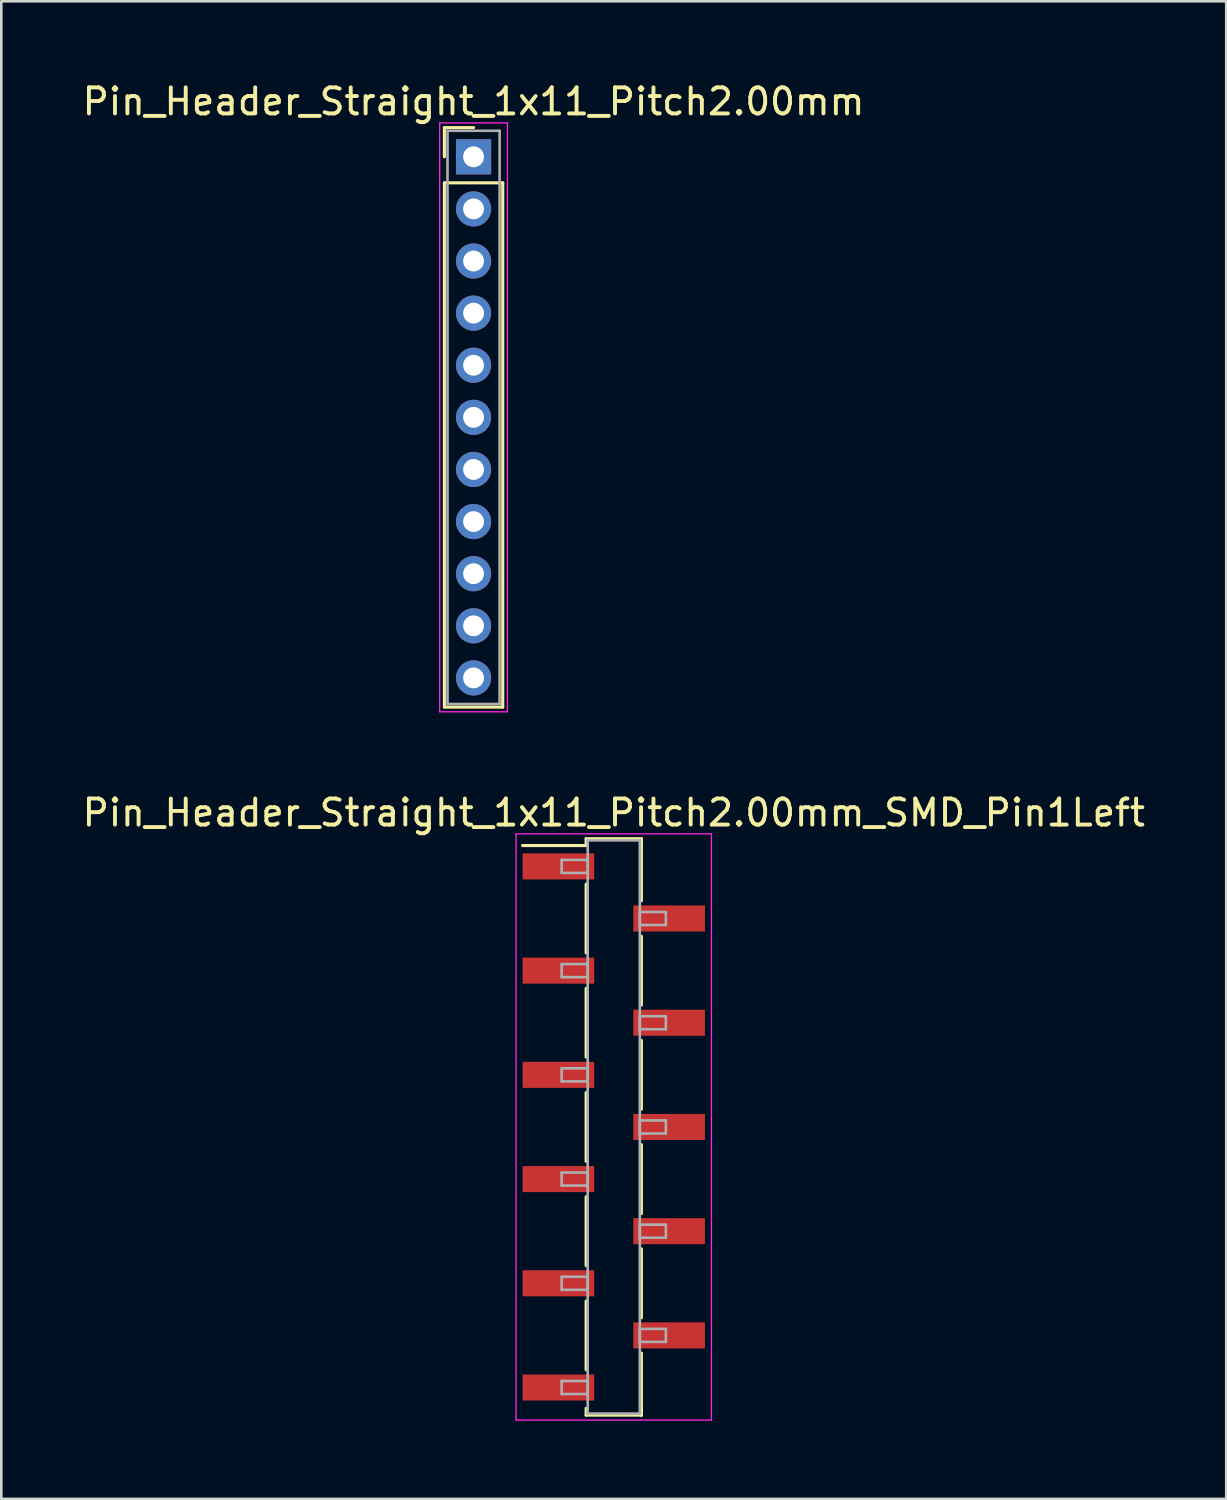
<source format=kicad_pcb>
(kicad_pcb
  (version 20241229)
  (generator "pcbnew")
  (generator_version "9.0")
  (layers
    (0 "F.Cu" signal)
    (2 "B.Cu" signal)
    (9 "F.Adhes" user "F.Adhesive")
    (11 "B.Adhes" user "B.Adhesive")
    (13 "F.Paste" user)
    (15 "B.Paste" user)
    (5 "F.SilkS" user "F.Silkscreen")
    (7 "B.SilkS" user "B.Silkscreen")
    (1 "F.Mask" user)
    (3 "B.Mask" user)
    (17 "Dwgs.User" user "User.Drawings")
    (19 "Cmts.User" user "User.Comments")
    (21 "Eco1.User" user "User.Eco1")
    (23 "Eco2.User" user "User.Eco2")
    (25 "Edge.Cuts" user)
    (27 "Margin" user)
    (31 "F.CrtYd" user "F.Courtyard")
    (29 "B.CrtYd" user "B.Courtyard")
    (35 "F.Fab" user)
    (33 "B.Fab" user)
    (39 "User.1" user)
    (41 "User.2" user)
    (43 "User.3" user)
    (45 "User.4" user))
  (footprint "Pin_Header_Straight_1x11_Pitch2.00mm_SMD_Pin1Left"
    (layer "F.Cu")
    (at 20.506 40.202)
    (property "Reference" "Pin_Header_Straight_1x11_Pitch2.00mm_SMD_Pin1Left" (at 0 -12.06 0) (layer "F.SilkS") (effects (font (size 1 1) (thickness 0.15))))
    (attr smd)
    (fp_line (start -1.06 -11.06) (end 1.06 -11.06) (stroke (width 0.12) (type solid)) (layer "F.SilkS"))
    (fp_line (start -1.06 -10.8) (end -3.5 -10.8) (stroke (width 0.12) (type solid)) (layer "F.SilkS"))
    (fp_line (start -1.06 -10.8) (end -1.06 -11.06) (stroke (width 0.12) (type solid)) (layer "F.SilkS"))
    (fp_line (start -1.06 -9.32) (end -1.06 -6.68) (stroke (width 0.12) (type solid)) (layer "F.SilkS"))
    (fp_line (start -1.06 -5.32) (end -1.06 -2.68) (stroke (width 0.12) (type solid)) (layer "F.SilkS"))
    (fp_line (start -1.06 -1.32) (end -1.06 1.32) (stroke (width 0.12) (type solid)) (layer "F.SilkS"))
    (fp_line (start -1.06 2.68) (end -1.06 5.32) (stroke (width 0.12) (type solid)) (layer "F.SilkS"))
    (fp_line (start -1.06 6.68) (end -1.06 9.32) (stroke (width 0.12) (type solid)) (layer "F.SilkS"))
    (fp_line (start -1.06 10.8) (end -1.06 11.06) (stroke (width 0.12) (type solid)) (layer "F.SilkS"))
    (fp_line (start -1.06 11.06) (end 1.06 11.06) (stroke (width 0.12) (type solid)) (layer "F.SilkS"))
    (fp_line (start 1.06 -11.06) (end 1.06 -10.8) (stroke (width 0.12) (type solid)) (layer "F.SilkS"))
    (fp_line (start 1.06 -11.06) (end 1.06 -8.68) (stroke (width 0.12) (type solid)) (layer "F.SilkS"))
    (fp_line (start 1.06 -7.32) (end 1.06 -4.68) (stroke (width 0.12) (type solid)) (layer "F.SilkS"))
    (fp_line (start 1.06 -3.32) (end 1.06 -0.68) (stroke (width 0.12) (type solid)) (layer "F.SilkS"))
    (fp_line (start 1.06 0.68) (end 1.06 3.32) (stroke (width 0.12) (type solid)) (layer "F.SilkS"))
    (fp_line (start 1.06 4.68) (end 1.06 7.32) (stroke (width 0.12) (type solid)) (layer "F.SilkS"))
    (fp_line (start 1.06 8.68) (end 1.06 11.06) (stroke (width 0.12) (type solid)) (layer "F.SilkS"))
    (fp_line (start 1.06 11.06) (end 1.06 10.8) (stroke (width 0.12) (type solid)) (layer "F.SilkS"))
    (fp_line (start -3.75 -11.25) (end -3.75 11.25) (stroke (width 0.05) (type solid)) (layer "F.CrtYd"))
    (fp_line (start -3.75 11.25) (end 3.75 11.25) (stroke (width 0.05) (type solid)) (layer "F.CrtYd"))
    (fp_line (start 3.75 -11.25) (end -3.75 -11.25) (stroke (width 0.05) (type solid)) (layer "F.CrtYd"))
    (fp_line (start 3.75 11.25) (end 3.75 -11.25) (stroke (width 0.05) (type solid)) (layer "F.CrtYd"))
    (fp_line (start -2 -10.25) (end -1 -10.25) (stroke (width 0.1) (type solid)) (layer "F.Fab"))
    (fp_line (start -2 -9.75) (end -2 -10.25) (stroke (width 0.1) (type solid)) (layer "F.Fab"))
    (fp_line (start -2 -6.25) (end -1 -6.25) (stroke (width 0.1) (type solid)) (layer "F.Fab"))
    (fp_line (start -2 -5.75) (end -2 -6.25) (stroke (width 0.1) (type solid)) (layer "F.Fab"))
    (fp_line (start -2 -2.25) (end -1 -2.25) (stroke (width 0.1) (type solid)) (layer "F.Fab"))
    (fp_line (start -2 -1.75) (end -2 -2.25) (stroke (width 0.1) (type solid)) (layer "F.Fab"))
    (fp_line (start -2 1.75) (end -1 1.75) (stroke (width 0.1) (type solid)) (layer "F.Fab"))
    (fp_line (start -2 2.25) (end -2 1.75) (stroke (width 0.1) (type solid)) (layer "F.Fab"))
    (fp_line (start -2 5.75) (end -1 5.75) (stroke (width 0.1) (type solid)) (layer "F.Fab"))
    (fp_line (start -2 6.25) (end -2 5.75) (stroke (width 0.1) (type solid)) (layer "F.Fab"))
    (fp_line (start -2 9.75) (end -1 9.75) (stroke (width 0.1) (type solid)) (layer "F.Fab"))
    (fp_line (start -2 10.25) (end -2 9.75) (stroke (width 0.1) (type solid)) (layer "F.Fab"))
    (fp_line (start -1 -11) (end -1 11) (stroke (width 0.1) (type solid)) (layer "F.Fab"))
    (fp_line (start -1 -10.25) (end -1 -9.75) (stroke (width 0.1) (type solid)) (layer "F.Fab"))
    (fp_line (start -1 -9.75) (end -2 -9.75) (stroke (width 0.1) (type solid)) (layer "F.Fab"))
    (fp_line (start -1 -6.25) (end -1 -5.75) (stroke (width 0.1) (type solid)) (layer "F.Fab"))
    (fp_line (start -1 -5.75) (end -2 -5.75) (stroke (width 0.1) (type solid)) (layer "F.Fab"))
    (fp_line (start -1 -2.25) (end -1 -1.75) (stroke (width 0.1) (type solid)) (layer "F.Fab"))
    (fp_line (start -1 -1.75) (end -2 -1.75) (stroke (width 0.1) (type solid)) (layer "F.Fab"))
    (fp_line (start -1 1.75) (end -1 2.25) (stroke (width 0.1) (type solid)) (layer "F.Fab"))
    (fp_line (start -1 2.25) (end -2 2.25) (stroke (width 0.1) (type solid)) (layer "F.Fab"))
    (fp_line (start -1 5.75) (end -1 6.25) (stroke (width 0.1) (type solid)) (layer "F.Fab"))
    (fp_line (start -1 6.25) (end -2 6.25) (stroke (width 0.1) (type solid)) (layer "F.Fab"))
    (fp_line (start -1 9.75) (end -1 10.25) (stroke (width 0.1) (type solid)) (layer "F.Fab"))
    (fp_line (start -1 10.25) (end -2 10.25) (stroke (width 0.1) (type solid)) (layer "F.Fab"))
    (fp_line (start -1 11) (end 1 11) (stroke (width 0.1) (type solid)) (layer "F.Fab"))
    (fp_line (start 1 -11) (end -1 -11) (stroke (width 0.1) (type solid)) (layer "F.Fab"))
    (fp_line (start 1 -8.25) (end 1 -7.75) (stroke (width 0.1) (type solid)) (layer "F.Fab"))
    (fp_line (start 1 -7.75) (end 2 -7.75) (stroke (width 0.1) (type solid)) (layer "F.Fab"))
    (fp_line (start 1 -4.25) (end 1 -3.75) (stroke (width 0.1) (type solid)) (layer "F.Fab"))
    (fp_line (start 1 -3.75) (end 2 -3.75) (stroke (width 0.1) (type solid)) (layer "F.Fab"))
    (fp_line (start 1 -0.25) (end 1 0.25) (stroke (width 0.1) (type solid)) (layer "F.Fab"))
    (fp_line (start 1 0.25) (end 2 0.25) (stroke (width 0.1) (type solid)) (layer "F.Fab"))
    (fp_line (start 1 3.75) (end 1 4.25) (stroke (width 0.1) (type solid)) (layer "F.Fab"))
    (fp_line (start 1 4.25) (end 2 4.25) (stroke (width 0.1) (type solid)) (layer "F.Fab"))
    (fp_line (start 1 7.75) (end 1 8.25) (stroke (width 0.1) (type solid)) (layer "F.Fab"))
    (fp_line (start 1 8.25) (end 2 8.25) (stroke (width 0.1) (type solid)) (layer "F.Fab"))
    (fp_line (start 1 11) (end 1 -11) (stroke (width 0.1) (type solid)) (layer "F.Fab"))
    (fp_line (start 2 -8.25) (end 1 -8.25) (stroke (width 0.1) (type solid)) (layer "F.Fab"))
    (fp_line (start 2 -7.75) (end 2 -8.25) (stroke (width 0.1) (type solid)) (layer "F.Fab"))
    (fp_line (start 2 -4.25) (end 1 -4.25) (stroke (width 0.1) (type solid)) (layer "F.Fab"))
    (fp_line (start 2 -3.75) (end 2 -4.25) (stroke (width 0.1) (type solid)) (layer "F.Fab"))
    (fp_line (start 2 -0.25) (end 1 -0.25) (stroke (width 0.1) (type solid)) (layer "F.Fab"))
    (fp_line (start 2 0.25) (end 2 -0.25) (stroke (width 0.1) (type solid)) (layer "F.Fab"))
    (fp_line (start 2 3.75) (end 1 3.75) (stroke (width 0.1) (type solid)) (layer "F.Fab"))
    (fp_line (start 2 4.25) (end 2 3.75) (stroke (width 0.1) (type solid)) (layer "F.Fab"))
    (fp_line (start 2 7.75) (end 1 7.75) (stroke (width 0.1) (type solid)) (layer "F.Fab"))
    (fp_line (start 2 8.25) (end 2 7.75) (stroke (width 0.1) (type solid)) (layer "F.Fab"))
    (pad "1" smd rect (at -2.125 -10) (size 2.75 1) (layers "F.Cu" "F.Mask"))
    (pad "2" smd rect (at 2.125 -8) (size 2.75 1) (layers "F.Cu" "F.Mask"))
    (pad "3" smd rect (at -2.125 -6) (size 2.75 1) (layers "F.Cu" "F.Mask"))
    (pad "4" smd rect (at 2.125 -4) (size 2.75 1) (layers "F.Cu" "F.Mask"))
    (pad "5" smd rect (at -2.125 -2) (size 2.75 1) (layers "F.Cu" "F.Mask"))
    (pad "6" smd rect (at 2.125 0) (size 2.75 1) (layers "F.Cu" "F.Mask"))
    (pad "7" smd rect (at -2.125 2) (size 2.75 1) (layers "F.Cu" "F.Mask"))
    (pad "8" smd rect (at 2.125 4) (size 2.75 1) (layers "F.Cu" "F.Mask"))
    (pad "9" smd rect (at -2.125 6) (size 2.75 1) (layers "F.Cu" "F.Mask"))
    (pad "10" smd rect (at 2.125 8) (size 2.75 1) (layers "F.Cu" "F.Mask"))
    (pad "11" smd rect (at -2.125 10) (size 2.75 1) (layers "F.Cu" "F.Mask")))
  (footprint "Pin_Header_Straight_1x11_Pitch2.00mm"
    (layer "F.Cu")
    (at 15.125 2.968)
    (property "Reference" "Pin_Header_Straight_1x11_Pitch2.00mm" (at 0 -2.12 0) (layer "F.SilkS") (effects (font (size 1 1) (thickness 0.15))))
    (attr through_hole)
    (fp_line (start -1.12 -1.12) (end 0 -1.12) (stroke (width 0.12) (type solid)) (layer "F.SilkS"))
    (fp_line (start -1.12 0) (end -1.12 -1.12) (stroke (width 0.12) (type solid)) (layer "F.SilkS"))
    (fp_line (start -1.12 1) (end -1.12 21.12) (stroke (width 0.12) (type solid)) (layer "F.SilkS"))
    (fp_line (start -1.12 21.12) (end 1.12 21.12) (stroke (width 0.12) (type solid)) (layer "F.SilkS"))
    (fp_line (start 1.12 1) (end -1.12 1) (stroke (width 0.12) (type solid)) (layer "F.SilkS"))
    (fp_line (start 1.12 21.12) (end 1.12 1) (stroke (width 0.12) (type solid)) (layer "F.SilkS"))
    (fp_line (start -1.3 -1.3) (end -1.3 21.3) (stroke (width 0.05) (type solid)) (layer "F.CrtYd"))
    (fp_line (start -1.3 21.3) (end 1.3 21.3) (stroke (width 0.05) (type solid)) (layer "F.CrtYd"))
    (fp_line (start 1.3 -1.3) (end -1.3 -1.3) (stroke (width 0.05) (type solid)) (layer "F.CrtYd"))
    (fp_line (start 1.3 21.3) (end 1.3 -1.3) (stroke (width 0.05) (type solid)) (layer "F.CrtYd"))
    (fp_line (start -1 -1) (end -1 21) (stroke (width 0.1) (type solid)) (layer "F.Fab"))
    (fp_line (start -1 21) (end 1 21) (stroke (width 0.1) (type solid)) (layer "F.Fab"))
    (fp_line (start 1 -1) (end -1 -1) (stroke (width 0.1) (type solid)) (layer "F.Fab"))
    (fp_line (start 1 21) (end 1 -1) (stroke (width 0.1) (type solid)) (layer "F.Fab"))
    (pad "1" thru_hole rect (at 0 0) (size 1.35 1.35) (drill 0.8) (layers "*.Cu" "*.Mask"))
    (pad "2" thru_hole oval (at 0 2) (size 1.35 1.35) (drill 0.8) (layers "*.Cu" "*.Mask"))
    (pad "3" thru_hole oval (at 0 4) (size 1.35 1.35) (drill 0.8) (layers "*.Cu" "*.Mask"))
    (pad "4" thru_hole oval (at 0 6) (size 1.35 1.35) (drill 0.8) (layers "*.Cu" "*.Mask"))
    (pad "5" thru_hole oval (at 0 8) (size 1.35 1.35) (drill 0.8) (layers "*.Cu" "*.Mask"))
    (pad "6" thru_hole oval (at 0 10) (size 1.35 1.35) (drill 0.8) (layers "*.Cu" "*.Mask"))
    (pad "7" thru_hole oval (at 0 12) (size 1.35 1.35) (drill 0.8) (layers "*.Cu" "*.Mask"))
    (pad "8" thru_hole oval (at 0 14) (size 1.35 1.35) (drill 0.8) (layers "*.Cu" "*.Mask"))
    (pad "9" thru_hole oval (at 0 16) (size 1.35 1.35) (drill 0.8) (layers "*.Cu" "*.Mask"))
    (pad "10" thru_hole oval (at 0 18) (size 1.35 1.35) (drill 0.8) (layers "*.Cu" "*.Mask"))
    (pad "11" thru_hole oval (at 0 20) (size 1.35 1.35) (drill 0.8) (layers "*.Cu" "*.Mask")))
  (gr_rect
    (start -3 -3)
    (end 44.012 54.477)
    (stroke (width 0.1) (type default))
    (fill no)
    (layer "Edge.Cuts")))
</source>
